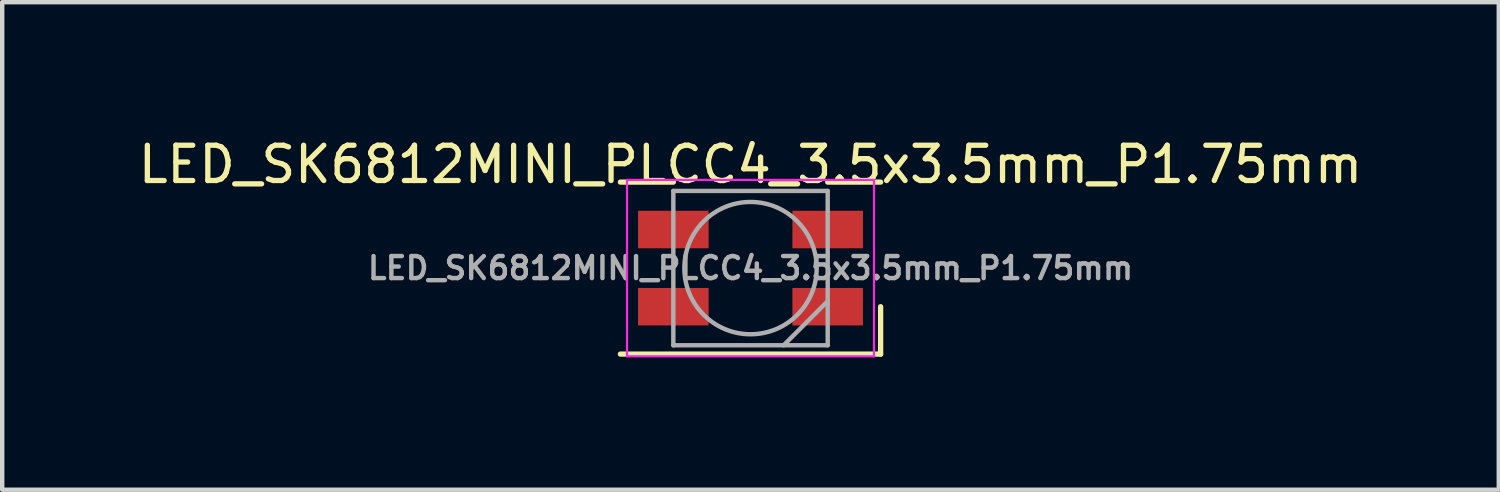
<source format=kicad_pcb>
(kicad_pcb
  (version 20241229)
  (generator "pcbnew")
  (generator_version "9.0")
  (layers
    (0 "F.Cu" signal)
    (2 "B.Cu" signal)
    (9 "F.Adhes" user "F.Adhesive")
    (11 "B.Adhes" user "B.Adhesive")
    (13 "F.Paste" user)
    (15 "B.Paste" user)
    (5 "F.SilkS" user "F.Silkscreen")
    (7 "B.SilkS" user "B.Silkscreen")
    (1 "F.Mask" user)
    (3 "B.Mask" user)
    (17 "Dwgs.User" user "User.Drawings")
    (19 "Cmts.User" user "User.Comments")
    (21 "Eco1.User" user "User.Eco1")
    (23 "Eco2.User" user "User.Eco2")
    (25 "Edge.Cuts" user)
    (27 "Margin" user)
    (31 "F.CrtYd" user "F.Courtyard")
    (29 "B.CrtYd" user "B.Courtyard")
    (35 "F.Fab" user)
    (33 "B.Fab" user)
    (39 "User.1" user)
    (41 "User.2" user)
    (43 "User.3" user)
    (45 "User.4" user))
  (footprint "LED_SK6812MINI_PLCC4_3.5x3.5mm_P1.75mm"
    (layer "F.Cu")
    (at 13.967 3.029)
    (property "Reference" "LED_SK6812MINI_PLCC4_3.5x3.5mm_P1.75mm" (at 0 -2.35 180) (layer "F.SilkS") (effects (font (size 0.8 0.8) (thickness 0.12))))
    (attr smd)
    (fp_line (start -2.95 -1.95) (end -1.75 -1.95) (stroke (width 0.12) (type default)) (layer "F.SilkS"))
    (fp_line (start -2.95 1.95) (end 2.95 1.95) (stroke (width 0.12) (type solid)) (layer "F.SilkS"))
    (fp_line (start 2.95 -1.95) (end 1.75 -1.95) (stroke (width 0.12) (type default)) (layer "F.SilkS"))
    (fp_line (start 2.95 1.95) (end 2.95 0.875) (stroke (width 0.12) (type solid)) (layer "F.SilkS"))
    (fp_line (start -2.8 -2) (end -2.8 2) (stroke (width 0.05) (type solid)) (layer "F.CrtYd"))
    (fp_line (start -2.8 2) (end 2.8 2) (stroke (width 0.05) (type solid)) (layer "F.CrtYd"))
    (fp_line (start 2.8 -2) (end -2.8 -2) (stroke (width 0.05) (type solid)) (layer "F.CrtYd"))
    (fp_line (start 2.8 2) (end 2.8 -2) (stroke (width 0.05) (type solid)) (layer "F.CrtYd"))
    (fp_line (start -1.75 -1.75) (end -1.75 1.75) (stroke (width 0.1) (type solid)) (layer "F.Fab"))
    (fp_line (start -1.75 1.75) (end 1.75 1.75) (stroke (width 0.1) (type solid)) (layer "F.Fab"))
    (fp_line (start 1.75 -1.75) (end -1.75 -1.75) (stroke (width 0.1) (type solid)) (layer "F.Fab"))
    (fp_line (start 1.75 0.75) (end 0.75 1.75) (stroke (width 0.1) (type solid)) (layer "F.Fab"))
    (fp_line (start 1.75 1.75) (end 1.75 -1.75) (stroke (width 0.1) (type solid)) (layer "F.Fab"))
    (fp_circle (center 0 0) (end 0 -1.5) (stroke (width 0.1) (type solid)) (fill no) (layer "F.Fab"))
    (fp_text user "${REFERENCE}" (at 0 0 0) (layer "F.Fab") (effects (font (size 0.5 0.5) (thickness 0.1))))
    (pad "1" smd rect (at -1.75 -0.875) (size 1.6 0.85) (layers "F.Cu" "F.Mask" "F.Paste"))
    (pad "2" smd rect (at -1.75 0.875) (size 1.6 0.85) (layers "F.Cu" "F.Mask" "F.Paste"))
    (pad "3" smd rect (at 1.75 0.875) (size 1.6 0.85) (layers "F.Cu" "F.Mask" "F.Paste"))
    (pad "4" smd rect (at 1.75 -0.875) (size 1.6 0.85) (layers "F.Cu" "F.Mask" "F.Paste")))
  (gr_rect
    (start -3 -3)
    (end 30.933 8.054)
    (stroke (width 0.1) (type default))
    (fill no)
    (layer "Edge.Cuts")))
</source>
